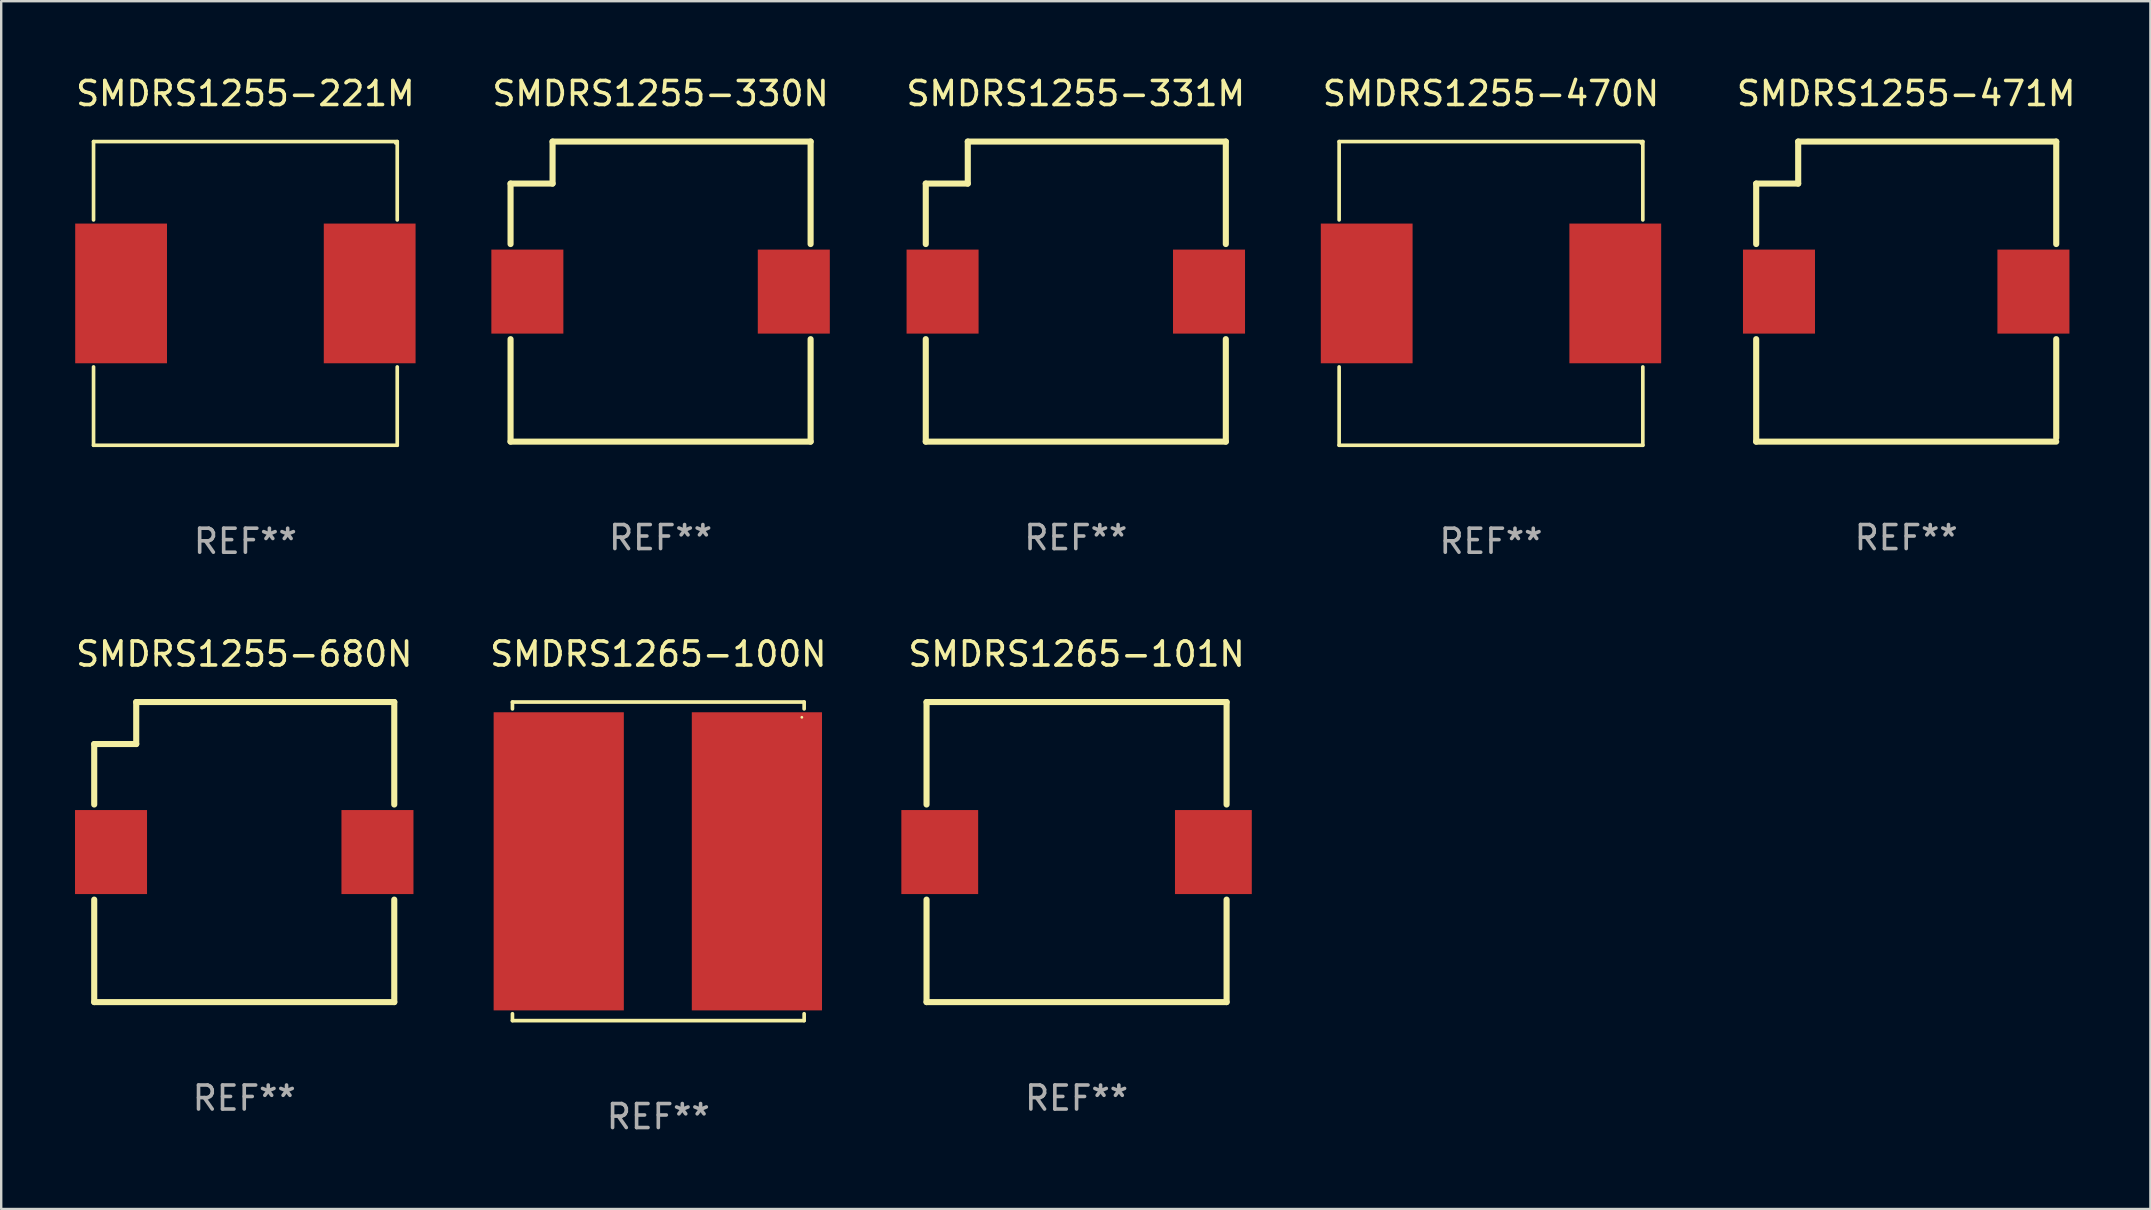
<source format=kicad_pcb>
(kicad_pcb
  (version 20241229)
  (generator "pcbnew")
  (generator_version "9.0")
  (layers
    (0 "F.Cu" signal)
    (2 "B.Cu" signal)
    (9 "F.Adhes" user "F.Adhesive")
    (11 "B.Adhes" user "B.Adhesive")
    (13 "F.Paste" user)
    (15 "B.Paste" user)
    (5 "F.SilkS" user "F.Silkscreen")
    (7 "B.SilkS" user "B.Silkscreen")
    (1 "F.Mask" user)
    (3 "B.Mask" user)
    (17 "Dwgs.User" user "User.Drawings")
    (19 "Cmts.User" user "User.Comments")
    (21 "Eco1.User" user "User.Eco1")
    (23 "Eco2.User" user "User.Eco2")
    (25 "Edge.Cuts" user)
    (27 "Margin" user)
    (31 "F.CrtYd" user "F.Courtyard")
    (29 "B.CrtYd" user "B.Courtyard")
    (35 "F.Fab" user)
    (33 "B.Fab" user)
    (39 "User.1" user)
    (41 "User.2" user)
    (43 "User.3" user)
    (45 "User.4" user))
  (footprint "SMDRS1255-331M"
    (layer "F.Cu")
    (at 41.768 9.098)
    (property "Reference" "SMDRS1255-331M" (at 0 -8.25 0) (layer "F.SilkS") (effects (font (size 1 1) (thickness 0.15))))
    (attr through_hole)
    (fp_line (start -6.25 -4.5) (end -6.25 -1.981) (stroke (width 0.254) (type solid)) (layer "F.SilkS"))
    (fp_line (start -6.25 -4.5) (end -4.5 -4.5) (stroke (width 0.254) (type solid)) (layer "F.SilkS"))
    (fp_line (start -6.25 1.981) (end -6.25 6.25) (stroke (width 0.254) (type solid)) (layer "F.SilkS"))
    (fp_line (start -6.25 6.25) (end 6.25 6.25) (stroke (width 0.254) (type solid)) (layer "F.SilkS"))
    (fp_line (start -4.5 -6.25) (end 6.25 -6.25) (stroke (width 0.254) (type solid)) (layer "F.SilkS"))
    (fp_line (start -4.5 -4.5) (end -4.5 -6.25) (stroke (width 0.254) (type solid)) (layer "F.SilkS"))
    (fp_line (start 6.25 -6.25) (end 6.25 -1.981) (stroke (width 0.254) (type solid)) (layer "F.SilkS"))
    (fp_line (start 6.25 1.981) (end 6.25 6.25) (stroke (width 0.254) (type solid)) (layer "F.SilkS"))
    (fp_circle (center -6.25 6.25) (end -6.22 6.25) (stroke (width 0.06) (type solid)) (fill no) (layer "F.SilkS"))
    (fp_text user "REF**" (at 0 10.25 0) (layer "F.Fab") (effects (font (size 1 1) (thickness 0.15))))
    (pad "1" smd rect (at -5.55 0) (size 3 3.5) (layers "F.Cu" "F.Mask" "F.Paste"))
    (pad "2" smd rect (at 5.55 0) (size 3 3.5) (layers "F.Cu" "F.Mask" "F.Paste")))
  (footprint "SMDRS1255-330N"
    (layer "F.Cu")
    (at 24.47 9.098)
    (property "Reference" "SMDRS1255-330N" (at 0 -8.25 0) (layer "F.SilkS") (effects (font (size 1 1) (thickness 0.15))))
    (attr through_hole)
    (fp_line (start -6.25 -4.5) (end -6.25 -1.981) (stroke (width 0.254) (type solid)) (layer "F.SilkS"))
    (fp_line (start -6.25 -4.5) (end -4.5 -4.5) (stroke (width 0.254) (type solid)) (layer "F.SilkS"))
    (fp_line (start -6.25 1.981) (end -6.25 6.25) (stroke (width 0.254) (type solid)) (layer "F.SilkS"))
    (fp_line (start -6.25 6.25) (end 6.25 6.25) (stroke (width 0.254) (type solid)) (layer "F.SilkS"))
    (fp_line (start -4.5 -6.25) (end 6.25 -6.25) (stroke (width 0.254) (type solid)) (layer "F.SilkS"))
    (fp_line (start -4.5 -4.5) (end -4.5 -6.25) (stroke (width 0.254) (type solid)) (layer "F.SilkS"))
    (fp_line (start 6.25 -6.25) (end 6.25 -1.981) (stroke (width 0.254) (type solid)) (layer "F.SilkS"))
    (fp_line (start 6.25 1.981) (end 6.25 6.25) (stroke (width 0.254) (type solid)) (layer "F.SilkS"))
    (fp_circle (center -6.25 6.25) (end -6.22 6.25) (stroke (width 0.06) (type solid)) (fill no) (layer "F.SilkS"))
    (fp_text user "REF**" (at 0 10.25 0) (layer "F.Fab") (effects (font (size 1 1) (thickness 0.15))))
    (pad "1" smd rect (at -5.55 0) (size 3 3.5) (layers "F.Cu" "F.Mask" "F.Paste"))
    (pad "2" smd rect (at 5.55 0) (size 3 3.5) (layers "F.Cu" "F.Mask" "F.Paste")))
  (footprint "SMDRS1255-221M"
    (layer "F.Cu")
    (at 7.173 9.174)
    (property "Reference" "SMDRS1255-221M" (at 0 -8.326 0) (layer "F.SilkS") (effects (font (size 1 1) (thickness 0.15))))
    (attr through_hole)
    (fp_line (start -6.326 -6.326) (end 6.326 -6.326) (stroke (width 0.152) (type solid)) (layer "F.SilkS"))
    (fp_line (start -6.326 -3.062) (end -6.326 -6.326) (stroke (width 0.152) (type solid)) (layer "F.SilkS"))
    (fp_line (start -6.326 3.062) (end -6.326 6.326) (stroke (width 0.152) (type solid)) (layer "F.SilkS"))
    (fp_line (start -6.326 6.326) (end 6.326 6.326) (stroke (width 0.152) (type solid)) (layer "F.SilkS"))
    (fp_line (start 6.326 -6.326) (end 6.326 -3.062) (stroke (width 0.152) (type solid)) (layer "F.SilkS"))
    (fp_line (start 6.326 6.326) (end 6.326 3.062) (stroke (width 0.152) (type solid)) (layer "F.SilkS"))
    (fp_circle (center 6.25 -6.25) (end 6.28 -6.25) (stroke (width 0.06) (type solid)) (fill no) (layer "F.SilkS"))
    (fp_text user "REF**" (at 0 10.326 0) (layer "F.Fab") (effects (font (size 1 1) (thickness 0.15))))
    (pad "1" smd rect (at 5.178 0) (size 3.824 5.82) (layers "F.Cu" "F.Mask" "F.Paste"))
    (pad "2" smd rect (at -5.178 0) (size 3.824 5.82) (layers "F.Cu" "F.Mask" "F.Paste")))
  (footprint "SMDRS1255-470N"
    (layer "F.Cu")
    (at 59.065 9.174)
    (property "Reference" "SMDRS1255-470N" (at 0 -8.326 0) (layer "F.SilkS") (effects (font (size 1 1) (thickness 0.15))))
    (attr through_hole)
    (fp_line (start -6.326 -6.326) (end 6.326 -6.326) (stroke (width 0.152) (type solid)) (layer "F.SilkS"))
    (fp_line (start -6.326 -3.062) (end -6.326 -6.326) (stroke (width 0.152) (type solid)) (layer "F.SilkS"))
    (fp_line (start -6.326 3.062) (end -6.326 6.326) (stroke (width 0.152) (type solid)) (layer "F.SilkS"))
    (fp_line (start -6.326 6.326) (end 6.326 6.326) (stroke (width 0.152) (type solid)) (layer "F.SilkS"))
    (fp_line (start 6.326 -6.326) (end 6.326 -3.062) (stroke (width 0.152) (type solid)) (layer "F.SilkS"))
    (fp_line (start 6.326 6.326) (end 6.326 3.062) (stroke (width 0.152) (type solid)) (layer "F.SilkS"))
    (fp_circle (center 6.25 -6.25) (end 6.28 -6.25) (stroke (width 0.06) (type solid)) (fill no) (layer "F.SilkS"))
    (fp_text user "REF**" (at 0 10.326 0) (layer "F.Fab") (effects (font (size 1 1) (thickness 0.15))))
    (pad "1" smd rect (at 5.178 0) (size 3.824 5.82) (layers "F.Cu" "F.Mask" "F.Paste"))
    (pad "2" smd rect (at -5.178 0) (size 3.824 5.82) (layers "F.Cu" "F.Mask" "F.Paste")))
  (footprint "SMDRS1265-100N"
    (layer "F.Cu")
    (at 24.375 32.833)
    (property "Reference" "SMDRS1265-100N" (at 0 -8.636 0) (layer "F.SilkS") (effects (font (size 1 1) (thickness 0.15))))
    (attr through_hole)
    (fp_line (start -6.076 -6.636) (end -6.076 -6.35) (stroke (width 0.152) (type solid)) (layer "F.SilkS"))
    (fp_line (start -6.076 6.636) (end -6.076 6.35) (stroke (width 0.152) (type solid)) (layer "F.SilkS"))
    (fp_line (start 6.076 -6.636) (end -6.076 -6.636) (stroke (width 0.152) (type solid)) (layer "F.SilkS"))
    (fp_line (start 6.076 -6.35) (end 6.076 -6.636) (stroke (width 0.152) (type solid)) (layer "F.SilkS"))
    (fp_line (start 6.076 6.35) (end 6.076 6.636) (stroke (width 0.152) (type solid)) (layer "F.SilkS"))
    (fp_line (start 6.076 6.636) (end -6.076 6.636) (stroke (width 0.152) (type solid)) (layer "F.SilkS"))
    (fp_circle (center 5.98 -6) (end 6.01 -6) (stroke (width 0.06) (type solid)) (fill no) (layer "F.SilkS"))
    (fp_text user "REF**" (at 0 10.636 0) (layer "F.Fab") (effects (font (size 1 1) (thickness 0.15))))
    (pad "1" smd rect (at 4.108 0) (size 5.424 12.42) (layers "F.Cu" "F.Mask" "F.Paste"))
    (pad "2" smd rect (at -4.148 0) (size 5.424 12.42) (layers "F.Cu" "F.Mask" "F.Paste")))
  (footprint "SMDRS1255-471M"
    (layer "F.Cu")
    (at 76.363 9.098)
    (property "Reference" "SMDRS1255-471M" (at 0 -8.25 0) (layer "F.SilkS") (effects (font (size 1 1) (thickness 0.15))))
    (attr through_hole)
    (fp_line (start -6.25 -4.5) (end -6.25 -1.981) (stroke (width 0.254) (type solid)) (layer "F.SilkS"))
    (fp_line (start -6.25 -4.5) (end -4.5 -4.5) (stroke (width 0.254) (type solid)) (layer "F.SilkS"))
    (fp_line (start -6.25 1.981) (end -6.25 6.25) (stroke (width 0.254) (type solid)) (layer "F.SilkS"))
    (fp_line (start -6.25 6.25) (end 6.25 6.25) (stroke (width 0.254) (type solid)) (layer "F.SilkS"))
    (fp_line (start -4.5 -6.25) (end 6.25 -6.25) (stroke (width 0.254) (type solid)) (layer "F.SilkS"))
    (fp_line (start -4.5 -4.5) (end -4.5 -6.25) (stroke (width 0.254) (type solid)) (layer "F.SilkS"))
    (fp_line (start 6.25 -6.25) (end 6.25 -1.981) (stroke (width 0.254) (type solid)) (layer "F.SilkS"))
    (fp_line (start 6.25 1.981) (end 6.25 6.096) (stroke (width 0.254) (type solid)) (layer "F.SilkS"))
    (fp_circle (center -6.25 6.25) (end -6.22 6.25) (stroke (width 0.06) (type solid)) (fill no) (layer "F.SilkS"))
    (fp_text user "REF**" (at 0 10.25 0) (layer "F.Fab") (effects (font (size 1 1) (thickness 0.15))))
    (pad "1" smd rect (at -5.3 0) (size 3 3.5) (layers "F.Cu" "F.Mask" "F.Paste"))
    (pad "2" smd rect (at 5.3 0) (size 3 3.5) (layers "F.Cu" "F.Mask" "F.Paste")))
  (footprint "SMDRS1255-680N"
    (layer "F.Cu")
    (at 7.125 32.447)
    (property "Reference" "SMDRS1255-680N" (at 0 -8.25 0) (layer "F.SilkS") (effects (font (size 1 1) (thickness 0.15))))
    (attr through_hole)
    (fp_line (start -6.25 -4.5) (end -6.25 -1.981) (stroke (width 0.254) (type solid)) (layer "F.SilkS"))
    (fp_line (start -6.25 -4.5) (end -4.5 -4.5) (stroke (width 0.254) (type solid)) (layer "F.SilkS"))
    (fp_line (start -6.25 1.981) (end -6.25 6.25) (stroke (width 0.254) (type solid)) (layer "F.SilkS"))
    (fp_line (start -6.25 6.25) (end 6.25 6.25) (stroke (width 0.254) (type solid)) (layer "F.SilkS"))
    (fp_line (start -4.5 -6.25) (end 6.25 -6.25) (stroke (width 0.254) (type solid)) (layer "F.SilkS"))
    (fp_line (start -4.5 -4.5) (end -4.5 -6.25) (stroke (width 0.254) (type solid)) (layer "F.SilkS"))
    (fp_line (start 6.25 -6.25) (end 6.25 -1.981) (stroke (width 0.254) (type solid)) (layer "F.SilkS"))
    (fp_line (start 6.25 1.981) (end 6.25 6.25) (stroke (width 0.254) (type solid)) (layer "F.SilkS"))
    (fp_circle (center -6.25 6.25) (end -6.22 6.25) (stroke (width 0.06) (type solid)) (fill no) (layer "F.SilkS"))
    (fp_text user "REF**" (at 0 10.25 0) (layer "F.Fab") (effects (font (size 1 1) (thickness 0.15))))
    (pad "1" smd rect (at -5.55 0) (size 3 3.5) (layers "F.Cu" "F.Mask" "F.Paste"))
    (pad "2" smd rect (at 5.55 0) (size 3 3.5) (layers "F.Cu" "F.Mask" "F.Paste")))
  (footprint "SMDRS1265-101N"
    (layer "F.Cu")
    (at 41.8 32.447)
    (property "Reference" "SMDRS1265-101N" (at 0 -8.25 0) (layer "F.SilkS") (effects (font (size 1 1) (thickness 0.15))))
    (attr through_hole)
    (fp_line (start -6.25 -6.25) (end 6.25 -6.25) (stroke (width 0.254) (type solid)) (layer "F.SilkS"))
    (fp_line (start -6.25 -1.981) (end -6.25 -6.25) (stroke (width 0.254) (type solid)) (layer "F.SilkS"))
    (fp_line (start -6.25 6.25) (end -6.25 1.981) (stroke (width 0.254) (type solid)) (layer "F.SilkS"))
    (fp_line (start -6.25 6.25) (end 6.25 6.25) (stroke (width 0.254) (type solid)) (layer "F.SilkS"))
    (fp_line (start 6.25 -6.25) (end 6.25 -1.981) (stroke (width 0.254) (type solid)) (layer "F.SilkS"))
    (fp_line (start 6.25 1.981) (end 6.25 6.25) (stroke (width 0.254) (type solid)) (layer "F.SilkS"))
    (fp_circle (center -6.25 6.25) (end -6.22 6.25) (stroke (width 0.06) (type solid)) (fill no) (layer "F.SilkS"))
    (fp_text user "REF**" (at 0 10.25 0) (layer "F.Fab") (effects (font (size 1 1) (thickness 0.15))))
    (pad "1" smd rect (at -5.7 -0.000013) (size 3.2 3.5) (layers "F.Cu" "F.Mask" "F.Paste"))
    (pad "2" smd rect (at 5.7 -0.000013) (size 3.2 3.5) (layers "F.Cu" "F.Mask" "F.Paste")))
  (gr_rect
    (start -3 -3)
    (end 86.536 47.318)
    (stroke (width 0.1) (type default))
    (fill no)
    (layer "Edge.Cuts")))
</source>
